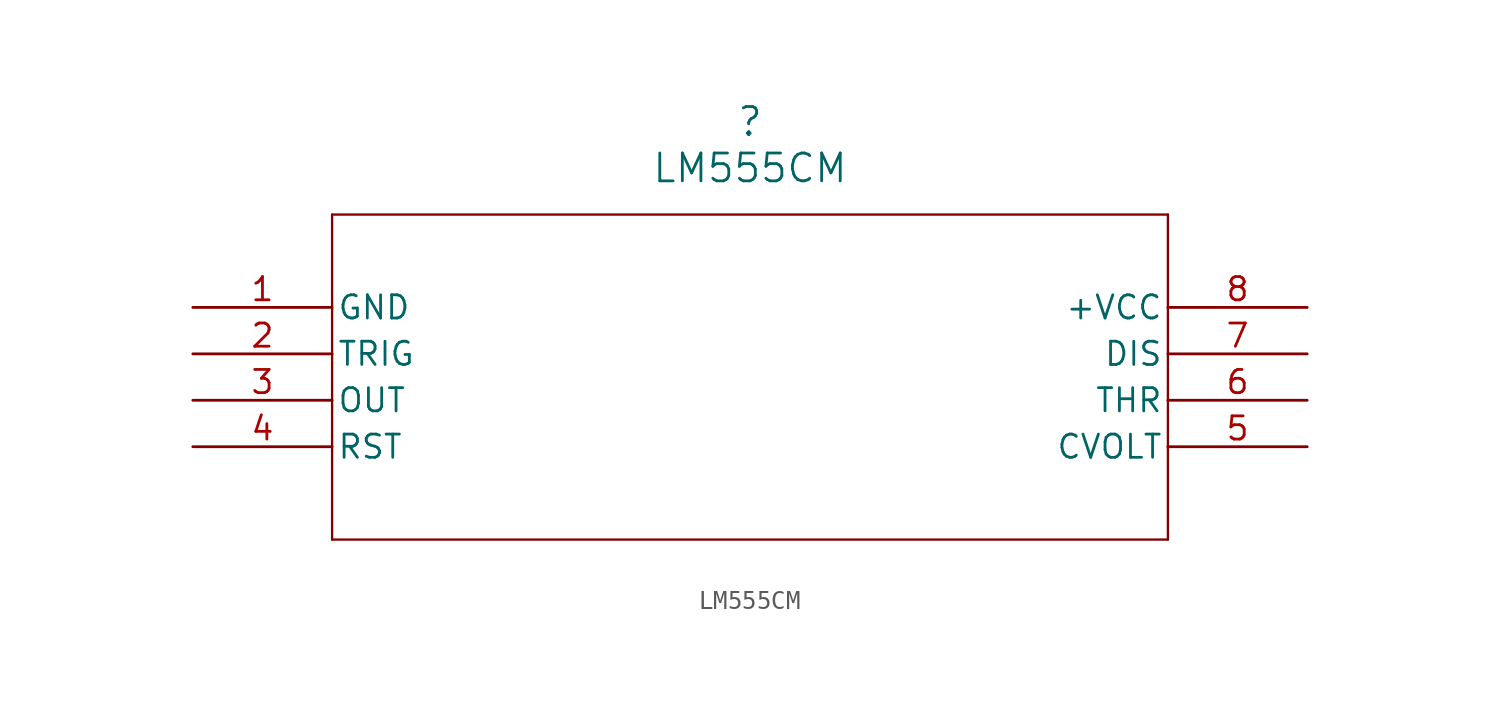
<source format=kicad_sym>
(kicad_symbol_lib
  (version 20211014)
  (generator kicad_symbol_editor)
  (symbol "LM555CM"
    (pin_names
      (offset 0.254))
    (property "Reference" ""
      (at 30.48 10.16 0)
      (effects (font (size 1.524 1.524))))
    (property "Value" "LM555CM"
      (at 30.48 7.62 0)
      (effects (font (size 1.524 1.524))))
    (symbol "LM555CM_0_1"
      (polyline (pts (xy 7.62 5.08) (xy 7.62 -12.7)) (stroke (width 0.127) (type default) (color 0 0 0 0)) (fill (type none)))
      (polyline (pts (xy 7.62 -12.7) (xy 53.34 -12.7)) (stroke (width 0.127) (type default) (color 0 0 0 0)) (fill (type none)))
      (polyline (pts (xy 53.34 -12.7) (xy 53.34 5.08)) (stroke (width 0.127) (type default) (color 0 0 0 0)) (fill (type none)))
      (polyline (pts (xy 53.34 5.08) (xy 7.62 5.08)) (stroke (width 0.127) (type default) (color 0 0 0 0)) (fill (type none)))
      (pin power_in line (at 0 0 0) (length 7.62) (name "GND" (effects (font (size 1.27 1.27)))) (number "1" (effects (font (size 1.27 1.27)))))
      (pin input line (at 0 -2.54 0) (length 7.62) (name "TRIG" (effects (font (size 1.27 1.27)))) (number "2" (effects (font (size 1.27 1.27)))))
      (pin output line (at 0 -5.08 0) (length 7.62) (name "OUT" (effects (font (size 1.27 1.27)))) (number "3" (effects (font (size 1.27 1.27)))))
      (pin input line (at 0 -7.62 0) (length 7.62) (name "RST" (effects (font (size 1.27 1.27)))) (number "4" (effects (font (size 1.27 1.27)))))
      (pin passive line (at 60.96 -7.62 180) (length 7.62) (name "CVOLT" (effects (font (size 1.27 1.27)))) (number "5" (effects (font (size 1.27 1.27)))))
      (pin input line (at 60.96 -5.08 180) (length 7.62) (name "THR" (effects (font (size 1.27 1.27)))) (number "6" (effects (font (size 1.27 1.27)))))
      (pin unspecified line (at 60.96 -2.54 180) (length 7.62) (name "DIS" (effects (font (size 1.27 1.27)))) (number "7" (effects (font (size 1.27 1.27)))))
      (pin power_in line (at 60.96 0 180) (length 7.62) (name "+VCC" (effects (font (size 1.27 1.27)))) (number "8" (effects (font (size 1.27 1.27))))))))
</source>
